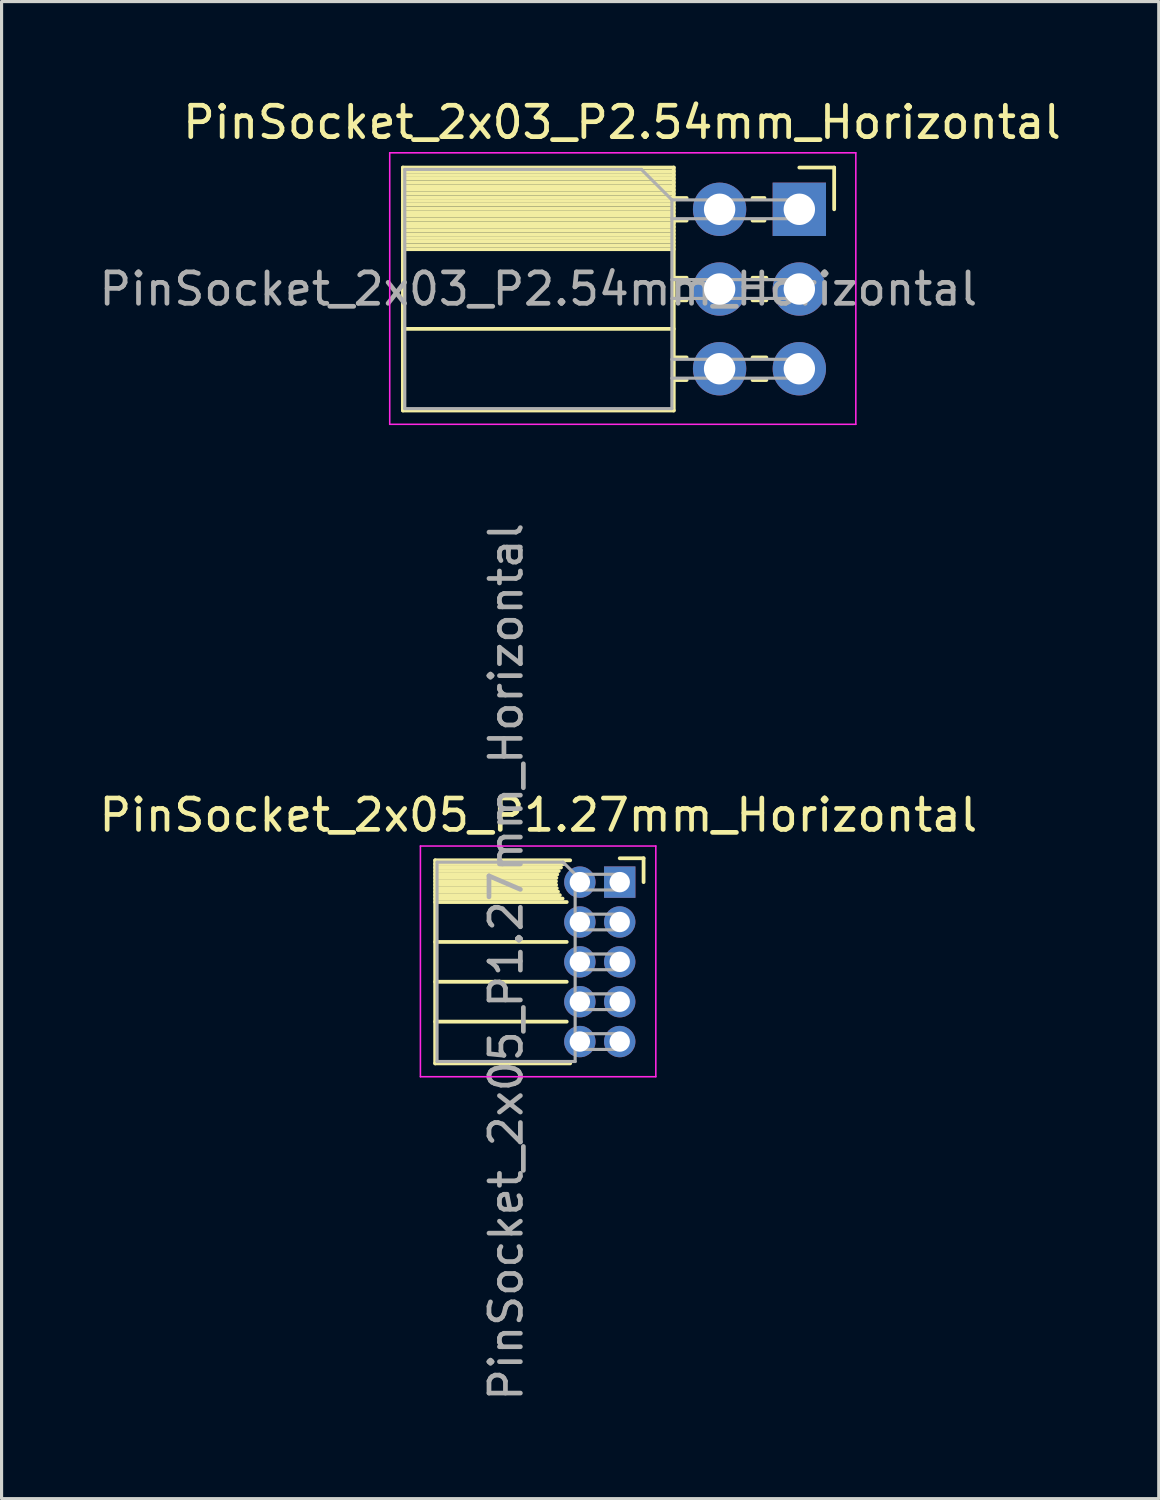
<source format=kicad_pcb>
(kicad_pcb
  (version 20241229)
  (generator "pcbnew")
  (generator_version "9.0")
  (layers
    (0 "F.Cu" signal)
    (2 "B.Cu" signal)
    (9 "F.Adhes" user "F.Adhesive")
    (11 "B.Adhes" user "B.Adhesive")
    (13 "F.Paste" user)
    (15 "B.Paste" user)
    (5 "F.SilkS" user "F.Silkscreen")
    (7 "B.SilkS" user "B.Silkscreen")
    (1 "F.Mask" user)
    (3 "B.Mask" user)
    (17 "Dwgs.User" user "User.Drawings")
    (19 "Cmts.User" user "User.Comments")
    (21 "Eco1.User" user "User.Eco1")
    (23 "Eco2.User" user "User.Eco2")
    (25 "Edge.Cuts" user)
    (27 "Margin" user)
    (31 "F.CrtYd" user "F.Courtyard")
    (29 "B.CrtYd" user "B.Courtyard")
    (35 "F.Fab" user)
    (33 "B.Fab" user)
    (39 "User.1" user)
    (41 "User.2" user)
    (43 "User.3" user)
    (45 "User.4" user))
  (footprint "PinSocket_2x03_P2.54mm_Horizontal"
    (layer "F.Cu")
    (at 22.416 3.618)
    (property "Reference" "PinSocket_2x03_P2.54mm_Horizontal" (at -5.65 -2.77 0) (layer "F.SilkS") (effects (font (size 1 1) (thickness 0.15))))
    (attr through_hole)
    (fp_line (start -12.63 -1.33) (end -12.63 6.41) (stroke (width 0.12) (type solid)) (layer "F.SilkS"))
    (fp_line (start -12.63 -1.33) (end -4 -1.33) (stroke (width 0.12) (type solid)) (layer "F.SilkS"))
    (fp_line (start -12.63 -1.21) (end -4 -1.21) (stroke (width 0.12) (type solid)) (layer "F.SilkS"))
    (fp_line (start -12.63 -1.092) (end -4 -1.092) (stroke (width 0.12) (type solid)) (layer "F.SilkS"))
    (fp_line (start -12.63 -0.974) (end -4 -0.974) (stroke (width 0.12) (type solid)) (layer "F.SilkS"))
    (fp_line (start -12.63 -0.856) (end -4 -0.856) (stroke (width 0.12) (type solid)) (layer "F.SilkS"))
    (fp_line (start -12.63 -0.738) (end -4 -0.738) (stroke (width 0.12) (type solid)) (layer "F.SilkS"))
    (fp_line (start -12.63 -0.62) (end -4 -0.62) (stroke (width 0.12) (type solid)) (layer "F.SilkS"))
    (fp_line (start -12.63 -0.501) (end -4 -0.501) (stroke (width 0.12) (type solid)) (layer "F.SilkS"))
    (fp_line (start -12.63 -0.383) (end -4 -0.383) (stroke (width 0.12) (type solid)) (layer "F.SilkS"))
    (fp_line (start -12.63 -0.265) (end -4 -0.265) (stroke (width 0.12) (type solid)) (layer "F.SilkS"))
    (fp_line (start -12.63 -0.147) (end -4 -0.147) (stroke (width 0.12) (type solid)) (layer "F.SilkS"))
    (fp_line (start -12.63 -0.029) (end -4 -0.029) (stroke (width 0.12) (type solid)) (layer "F.SilkS"))
    (fp_line (start -12.63 0.089) (end -4 0.089) (stroke (width 0.12) (type solid)) (layer "F.SilkS"))
    (fp_line (start -12.63 0.207) (end -4 0.207) (stroke (width 0.12) (type solid)) (layer "F.SilkS"))
    (fp_line (start -12.63 0.325) (end -4 0.325) (stroke (width 0.12) (type solid)) (layer "F.SilkS"))
    (fp_line (start -12.63 0.443) (end -4 0.443) (stroke (width 0.12) (type solid)) (layer "F.SilkS"))
    (fp_line (start -12.63 0.561) (end -4 0.561) (stroke (width 0.12) (type solid)) (layer "F.SilkS"))
    (fp_line (start -12.63 0.68) (end -4 0.68) (stroke (width 0.12) (type solid)) (layer "F.SilkS"))
    (fp_line (start -12.63 0.798) (end -4 0.798) (stroke (width 0.12) (type solid)) (layer "F.SilkS"))
    (fp_line (start -12.63 0.916) (end -4 0.916) (stroke (width 0.12) (type solid)) (layer "F.SilkS"))
    (fp_line (start -12.63 1.034) (end -4 1.034) (stroke (width 0.12) (type solid)) (layer "F.SilkS"))
    (fp_line (start -12.63 1.152) (end -4 1.152) (stroke (width 0.12) (type solid)) (layer "F.SilkS"))
    (fp_line (start -12.63 1.27) (end -4 1.27) (stroke (width 0.12) (type solid)) (layer "F.SilkS"))
    (fp_line (start -12.63 3.81) (end -4 3.81) (stroke (width 0.12) (type solid)) (layer "F.SilkS"))
    (fp_line (start -12.63 6.41) (end -4 6.41) (stroke (width 0.12) (type solid)) (layer "F.SilkS"))
    (fp_line (start -4 -1.33) (end -4 6.41) (stroke (width 0.12) (type solid)) (layer "F.SilkS"))
    (fp_line (start -4 -0.36) (end -3.59 -0.36) (stroke (width 0.12) (type solid)) (layer "F.SilkS"))
    (fp_line (start -4 0.36) (end -3.59 0.36) (stroke (width 0.12) (type solid)) (layer "F.SilkS"))
    (fp_line (start -4 2.18) (end -3.59 2.18) (stroke (width 0.12) (type solid)) (layer "F.SilkS"))
    (fp_line (start -4 2.9) (end -3.59 2.9) (stroke (width 0.12) (type solid)) (layer "F.SilkS"))
    (fp_line (start -4 4.72) (end -3.59 4.72) (stroke (width 0.12) (type solid)) (layer "F.SilkS"))
    (fp_line (start -4 5.44) (end -3.59 5.44) (stroke (width 0.12) (type solid)) (layer "F.SilkS"))
    (fp_line (start -1.49 -0.36) (end -1.11 -0.36) (stroke (width 0.12) (type solid)) (layer "F.SilkS"))
    (fp_line (start -1.49 0.36) (end -1.11 0.36) (stroke (width 0.12) (type solid)) (layer "F.SilkS"))
    (fp_line (start -1.49 2.18) (end -1.05 2.18) (stroke (width 0.12) (type solid)) (layer "F.SilkS"))
    (fp_line (start -1.49 2.9) (end -1.05 2.9) (stroke (width 0.12) (type solid)) (layer "F.SilkS"))
    (fp_line (start -1.49 4.72) (end -1.05 4.72) (stroke (width 0.12) (type solid)) (layer "F.SilkS"))
    (fp_line (start -1.49 5.44) (end -1.05 5.44) (stroke (width 0.12) (type solid)) (layer "F.SilkS"))
    (fp_line (start 0 -1.33) (end 1.11 -1.33) (stroke (width 0.12) (type solid)) (layer "F.SilkS"))
    (fp_line (start 1.11 -1.33) (end 1.11 0) (stroke (width 0.12) (type solid)) (layer "F.SilkS"))
    (fp_line (start -13.05 -1.8) (end -13.05 6.85) (stroke (width 0.05) (type solid)) (layer "F.CrtYd"))
    (fp_line (start -13.05 6.85) (end 1.8 6.85) (stroke (width 0.05) (type solid)) (layer "F.CrtYd"))
    (fp_line (start 1.8 -1.8) (end -13.05 -1.8) (stroke (width 0.05) (type solid)) (layer "F.CrtYd"))
    (fp_line (start 1.8 6.85) (end 1.8 -1.8) (stroke (width 0.05) (type solid)) (layer "F.CrtYd"))
    (fp_line (start -12.57 -1.27) (end -5.03 -1.27) (stroke (width 0.1) (type solid)) (layer "F.Fab"))
    (fp_line (start -12.57 6.35) (end -12.57 -1.27) (stroke (width 0.1) (type solid)) (layer "F.Fab"))
    (fp_line (start -5.03 -1.27) (end -4.06 -0.3) (stroke (width 0.1) (type solid)) (layer "F.Fab"))
    (fp_line (start -4.06 -0.3) (end -4.06 6.35) (stroke (width 0.1) (type solid)) (layer "F.Fab"))
    (fp_line (start -4.06 0.3) (end 0 0.3) (stroke (width 0.1) (type solid)) (layer "F.Fab"))
    (fp_line (start -4.06 2.84) (end 0 2.84) (stroke (width 0.1) (type solid)) (layer "F.Fab"))
    (fp_line (start -4.06 5.38) (end 0 5.38) (stroke (width 0.1) (type solid)) (layer "F.Fab"))
    (fp_line (start -4.06 6.35) (end -12.57 6.35) (stroke (width 0.1) (type solid)) (layer "F.Fab"))
    (fp_line (start 0 -0.3) (end -4.06 -0.3) (stroke (width 0.1) (type solid)) (layer "F.Fab"))
    (fp_line (start 0 0.3) (end 0 -0.3) (stroke (width 0.1) (type solid)) (layer "F.Fab"))
    (fp_line (start 0 2.24) (end -4.06 2.24) (stroke (width 0.1) (type solid)) (layer "F.Fab"))
    (fp_line (start 0 2.84) (end 0 2.24) (stroke (width 0.1) (type solid)) (layer "F.Fab"))
    (fp_line (start 0 4.78) (end -4.06 4.78) (stroke (width 0.1) (type solid)) (layer "F.Fab"))
    (fp_line (start 0 5.38) (end 0 4.78) (stroke (width 0.1) (type solid)) (layer "F.Fab"))
    (fp_text user "${REFERENCE}" (at -8.315 2.54 0) (layer "F.Fab") (effects (font (size 1 1) (thickness 0.15))))
    (pad "1" thru_hole rect (at 0 0) (size 1.7 1.7) (drill 1) (layers "*.Cu" "*.Mask"))
    (pad "2" thru_hole oval (at -2.54 0) (size 1.7 1.7) (drill 1) (layers "*.Cu" "*.Mask"))
    (pad "3" thru_hole oval (at 0 2.54) (size 1.7 1.7) (drill 1) (layers "*.Cu" "*.Mask"))
    (pad "4" thru_hole oval (at -2.54 2.54) (size 1.7 1.7) (drill 1) (layers "*.Cu" "*.Mask"))
    (pad "5" thru_hole oval (at 0 5.08) (size 1.7 1.7) (drill 1) (layers "*.Cu" "*.Mask"))
    (pad "6" thru_hole oval (at -2.54 5.08) (size 1.7 1.7) (drill 1) (layers "*.Cu" "*.Mask")))
  (footprint "PinSocket_2x05_P1.27mm_Horizontal"
    (layer "F.Cu")
    (at 16.694 25.054)
    (property "Reference" "PinSocket_2x05_P1.27mm_Horizontal" (at -2.592 -2.135 0) (layer "F.SilkS") (effects (font (size 1 1) (thickness 0.15))))
    (attr through_hole)
    (fp_line (start -5.88 -0.695) (end -5.88 5.775) (stroke (width 0.12) (type solid)) (layer "F.SilkS"))
    (fp_line (start -5.88 -0.695) (end -1.578 -0.695) (stroke (width 0.12) (type solid)) (layer "F.SilkS"))
    (fp_line (start -5.88 -0.575) (end -1.767 -0.575) (stroke (width 0.12) (type solid)) (layer "F.SilkS"))
    (fp_line (start -5.88 -0.465) (end -1.871 -0.465) (stroke (width 0.12) (type solid)) (layer "F.SilkS"))
    (fp_line (start -5.88 -0.355) (end -1.942 -0.355) (stroke (width 0.12) (type solid)) (layer "F.SilkS"))
    (fp_line (start -5.88 -0.245) (end -1.989 -0.245) (stroke (width 0.12) (type solid)) (layer "F.SilkS"))
    (fp_line (start -5.88 -0.135) (end -2.018 -0.135) (stroke (width 0.12) (type solid)) (layer "F.SilkS"))
    (fp_line (start -5.88 -0.025) (end -2.03 -0.025) (stroke (width 0.12) (type solid)) (layer "F.SilkS"))
    (fp_line (start -5.88 0.085) (end -2.025 0.085) (stroke (width 0.12) (type solid)) (layer "F.SilkS"))
    (fp_line (start -5.88 0.195) (end -2.005 0.195) (stroke (width 0.12) (type solid)) (layer "F.SilkS"))
    (fp_line (start -5.88 0.305) (end -1.966 0.305) (stroke (width 0.12) (type solid)) (layer "F.SilkS"))
    (fp_line (start -5.88 0.415) (end -1.907 0.415) (stroke (width 0.12) (type solid)) (layer "F.SilkS"))
    (fp_line (start -5.88 0.525) (end -1.82 0.525) (stroke (width 0.12) (type solid)) (layer "F.SilkS"))
    (fp_line (start -5.88 0.635) (end -1.688 0.635) (stroke (width 0.12) (type solid)) (layer "F.SilkS"))
    (fp_line (start -5.88 1.905) (end -1.688 1.905) (stroke (width 0.12) (type solid)) (layer "F.SilkS"))
    (fp_line (start -5.88 3.175) (end -1.688 3.175) (stroke (width 0.12) (type solid)) (layer "F.SilkS"))
    (fp_line (start -5.88 4.445) (end -1.688 4.445) (stroke (width 0.12) (type solid)) (layer "F.SilkS"))
    (fp_line (start -5.88 5.775) (end -1.578 5.775) (stroke (width 0.12) (type solid)) (layer "F.SilkS"))
    (fp_line (start 0 -0.76) (end 0.76 -0.76) (stroke (width 0.12) (type solid)) (layer "F.SilkS"))
    (fp_line (start 0.76 -0.76) (end 0.76 0) (stroke (width 0.12) (type solid)) (layer "F.SilkS"))
    (fp_line (start -6.35 -1.15) (end -6.35 6.2) (stroke (width 0.05) (type solid)) (layer "F.CrtYd"))
    (fp_line (start -6.35 6.2) (end 1.15 6.2) (stroke (width 0.05) (type solid)) (layer "F.CrtYd"))
    (fp_line (start 1.15 -1.15) (end -6.35 -1.15) (stroke (width 0.05) (type solid)) (layer "F.CrtYd"))
    (fp_line (start 1.15 6.2) (end 1.15 -1.15) (stroke (width 0.05) (type solid)) (layer "F.CrtYd"))
    (fp_line (start -5.82 -0.635) (end -1.805 -0.635) (stroke (width 0.1) (type solid)) (layer "F.Fab"))
    (fp_line (start -5.82 5.715) (end -5.82 -0.635) (stroke (width 0.1) (type solid)) (layer "F.Fab"))
    (fp_line (start -1.805 -0.635) (end -1.42 -0.25) (stroke (width 0.1) (type solid)) (layer "F.Fab"))
    (fp_line (start -1.42 -0.25) (end -1.42 5.715) (stroke (width 0.1) (type solid)) (layer "F.Fab"))
    (fp_line (start -1.42 0.25) (end 0 0.25) (stroke (width 0.1) (type solid)) (layer "F.Fab"))
    (fp_line (start -1.42 1.52) (end 0 1.52) (stroke (width 0.1) (type solid)) (layer "F.Fab"))
    (fp_line (start -1.42 2.79) (end 0 2.79) (stroke (width 0.1) (type solid)) (layer "F.Fab"))
    (fp_line (start -1.42 4.06) (end 0 4.06) (stroke (width 0.1) (type solid)) (layer "F.Fab"))
    (fp_line (start -1.42 5.33) (end 0 5.33) (stroke (width 0.1) (type solid)) (layer "F.Fab"))
    (fp_line (start -1.42 5.715) (end -5.82 5.715) (stroke (width 0.1) (type solid)) (layer "F.Fab"))
    (fp_line (start 0 -0.25) (end -1.42 -0.25) (stroke (width 0.1) (type solid)) (layer "F.Fab"))
    (fp_line (start 0 0.25) (end 0 -0.25) (stroke (width 0.1) (type solid)) (layer "F.Fab"))
    (fp_line (start 0 1.02) (end -1.42 1.02) (stroke (width 0.1) (type solid)) (layer "F.Fab"))
    (fp_line (start 0 1.52) (end 0 1.02) (stroke (width 0.1) (type solid)) (layer "F.Fab"))
    (fp_line (start 0 2.29) (end -1.42 2.29) (stroke (width 0.1) (type solid)) (layer "F.Fab"))
    (fp_line (start 0 2.79) (end 0 2.29) (stroke (width 0.1) (type solid)) (layer "F.Fab"))
    (fp_line (start 0 3.56) (end -1.42 3.56) (stroke (width 0.1) (type solid)) (layer "F.Fab"))
    (fp_line (start 0 4.06) (end 0 3.56) (stroke (width 0.1) (type solid)) (layer "F.Fab"))
    (fp_line (start 0 4.83) (end -1.42 4.83) (stroke (width 0.1) (type solid)) (layer "F.Fab"))
    (fp_line (start 0 5.33) (end 0 4.83) (stroke (width 0.1) (type solid)) (layer "F.Fab"))
    (fp_text user "${REFERENCE}" (at -3.62 2.54 90) (layer "F.Fab") (effects (font (size 1 1) (thickness 0.15))))
    (pad "1" thru_hole rect (at 0 0) (size 1 1) (drill 0.65) (layers "*.Cu" "*.Mask"))
    (pad "2" thru_hole oval (at -1.27 0) (size 1 1) (drill 0.65) (layers "*.Cu" "*.Mask"))
    (pad "3" thru_hole oval (at 0 1.27) (size 1 1) (drill 0.65) (layers "*.Cu" "*.Mask"))
    (pad "4" thru_hole oval (at -1.27 1.27) (size 1 1) (drill 0.65) (layers "*.Cu" "*.Mask"))
    (pad "5" thru_hole oval (at 0 2.54) (size 1 1) (drill 0.65) (layers "*.Cu" "*.Mask"))
    (pad "6" thru_hole oval (at -1.27 2.54) (size 1 1) (drill 0.65) (layers "*.Cu" "*.Mask"))
    (pad "7" thru_hole oval (at 0 3.81) (size 1 1) (drill 0.65) (layers "*.Cu" "*.Mask"))
    (pad "8" thru_hole oval (at -1.27 3.81) (size 1 1) (drill 0.65) (layers "*.Cu" "*.Mask"))
    (pad "9" thru_hole oval (at 0 5.08) (size 1 1) (drill 0.65) (layers "*.Cu" "*.Mask"))
    (pad "10" thru_hole oval (at -1.27 5.08) (size 1 1) (drill 0.65) (layers "*.Cu" "*.Mask")))
  (gr_rect
    (start -3 -3)
    (end 33.867 44.696)
    (stroke (width 0.1) (type default))
    (fill no)
    (layer "Edge.Cuts")))
</source>
